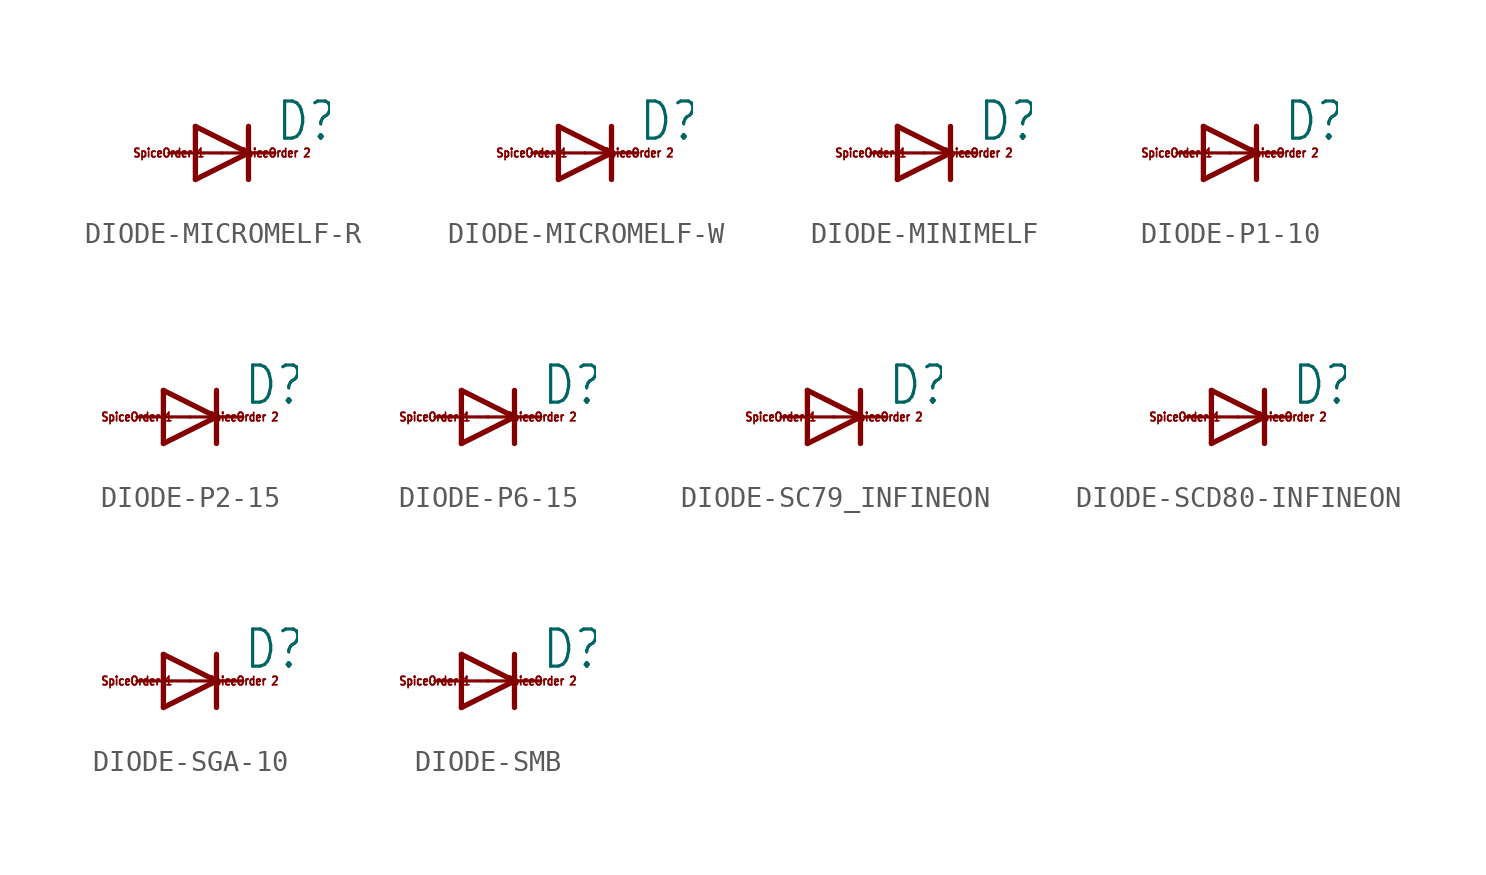
<source format=kicad_sym>
(kicad_symbol_lib
  (version 20241209)
  (generator "kicad_symbol_editor")
  (generator_version "9.0")
  (symbol "DIODE-MICROMELF-R"
    (property "Reference" "D"
      (at 2.54 0.483 0)
      (effects (font (size 1.778 1.511)) (justify left bottom)))
    (property "Value" ""
      (at 2.54 -2.311 0)
      (effects (font (size 1.778 1.511)) (justify left bottom)))
    (property "ki_locked" ""
      (at 0 0 0)
      (effects (font (size 1.27 1.27))))
    (symbol "DIODE-MICROMELF-R_1_0"
      (polyline (pts (xy -1.27 1.27) (xy -1.27 -1.27)) (stroke (width 0.254) (type solid)) (fill (type none)))
      (polyline (pts (xy -1.27 -1.27) (xy 1.27 0)) (stroke (width 0.254) (type solid)) (fill (type none)))
      (polyline (pts (xy 1.27 1.27) (xy 1.27 0)) (stroke (width 0.254) (type solid)) (fill (type none)))
      (polyline (pts (xy 1.27 0) (xy -1.27 1.27)) (stroke (width 0.254) (type solid)) (fill (type none)))
      (polyline (pts (xy 1.27 0) (xy 1.27 -1.27)) (stroke (width 0.254) (type solid)) (fill (type none)))
      (text "SpiceOrder 1" (at -2.54 0 0) (effects (font (size 0.406 0.345))))
      (text "SpiceOrder 2" (at 2.54 0 0) (effects (font (size 0.406 0.345))))
      (pin passive line (at -2.54 0 0) (length 2.54) (name "A" (effects (font (size 0 0)))) (number "A" (effects (font (size 0 0)))))
      (pin passive line (at 2.54 0 180) (length 2.54) (name "C" (effects (font (size 0 0)))) (number "C" (effects (font (size 0 0)))))))
  (symbol "DIODE-MICROMELF-W"
    (property "Reference" "D"
      (at 2.54 0.483 0)
      (effects (font (size 1.778 1.511)) (justify left bottom)))
    (property "Value" ""
      (at 2.54 -2.311 0)
      (effects (font (size 1.778 1.511)) (justify left bottom)))
    (property "ki_locked" ""
      (at 0 0 0)
      (effects (font (size 1.27 1.27))))
    (symbol "DIODE-MICROMELF-W_1_0"
      (polyline (pts (xy -1.27 1.27) (xy -1.27 -1.27)) (stroke (width 0.254) (type solid)) (fill (type none)))
      (polyline (pts (xy -1.27 -1.27) (xy 1.27 0)) (stroke (width 0.254) (type solid)) (fill (type none)))
      (polyline (pts (xy 1.27 1.27) (xy 1.27 0)) (stroke (width 0.254) (type solid)) (fill (type none)))
      (polyline (pts (xy 1.27 0) (xy -1.27 1.27)) (stroke (width 0.254) (type solid)) (fill (type none)))
      (polyline (pts (xy 1.27 0) (xy 1.27 -1.27)) (stroke (width 0.254) (type solid)) (fill (type none)))
      (text "SpiceOrder 1" (at -2.54 0 0) (effects (font (size 0.406 0.345))))
      (text "SpiceOrder 2" (at 2.54 0 0) (effects (font (size 0.406 0.345))))
      (pin passive line (at -2.54 0 0) (length 2.54) (name "A" (effects (font (size 0 0)))) (number "A" (effects (font (size 0 0)))))
      (pin passive line (at 2.54 0 180) (length 2.54) (name "C" (effects (font (size 0 0)))) (number "C" (effects (font (size 0 0)))))))
  (symbol "DIODE-MINIMELF"
    (property "Reference" "D"
      (at 2.54 0.483 0)
      (effects (font (size 1.778 1.511)) (justify left bottom)))
    (property "Value" ""
      (at 2.54 -2.311 0)
      (effects (font (size 1.778 1.511)) (justify left bottom)))
    (property "ki_locked" ""
      (at 0 0 0)
      (effects (font (size 1.27 1.27))))
    (symbol "DIODE-MINIMELF_1_0"
      (polyline (pts (xy -1.27 1.27) (xy -1.27 -1.27)) (stroke (width 0.254) (type solid)) (fill (type none)))
      (polyline (pts (xy -1.27 -1.27) (xy 1.27 0)) (stroke (width 0.254) (type solid)) (fill (type none)))
      (polyline (pts (xy 1.27 1.27) (xy 1.27 0)) (stroke (width 0.254) (type solid)) (fill (type none)))
      (polyline (pts (xy 1.27 0) (xy -1.27 1.27)) (stroke (width 0.254) (type solid)) (fill (type none)))
      (polyline (pts (xy 1.27 0) (xy 1.27 -1.27)) (stroke (width 0.254) (type solid)) (fill (type none)))
      (text "SpiceOrder 1" (at -2.54 0 0) (effects (font (size 0.406 0.345))))
      (text "SpiceOrder 2" (at 2.54 0 0) (effects (font (size 0.406 0.345))))
      (pin passive line (at -2.54 0 0) (length 2.54) (name "A" (effects (font (size 0 0)))) (number "A" (effects (font (size 0 0)))))
      (pin passive line (at 2.54 0 180) (length 2.54) (name "C" (effects (font (size 0 0)))) (number "C" (effects (font (size 0 0)))))))
  (symbol "DIODE-P1-10"
    (property "Reference" "D"
      (at 2.54 0.483 0)
      (effects (font (size 1.778 1.511)) (justify left bottom)))
    (property "Value" ""
      (at 2.54 -2.311 0)
      (effects (font (size 1.778 1.511)) (justify left bottom)))
    (property "ki_locked" ""
      (at 0 0 0)
      (effects (font (size 1.27 1.27))))
    (symbol "DIODE-P1-10_1_0"
      (polyline (pts (xy -1.27 1.27) (xy -1.27 -1.27)) (stroke (width 0.254) (type solid)) (fill (type none)))
      (polyline (pts (xy -1.27 -1.27) (xy 1.27 0)) (stroke (width 0.254) (type solid)) (fill (type none)))
      (polyline (pts (xy 1.27 1.27) (xy 1.27 0)) (stroke (width 0.254) (type solid)) (fill (type none)))
      (polyline (pts (xy 1.27 0) (xy -1.27 1.27)) (stroke (width 0.254) (type solid)) (fill (type none)))
      (polyline (pts (xy 1.27 0) (xy 1.27 -1.27)) (stroke (width 0.254) (type solid)) (fill (type none)))
      (text "SpiceOrder 1" (at -2.54 0 0) (effects (font (size 0.406 0.345))))
      (text "SpiceOrder 2" (at 2.54 0 0) (effects (font (size 0.406 0.345))))
      (pin passive line (at -2.54 0 0) (length 2.54) (name "A" (effects (font (size 0 0)))) (number "A" (effects (font (size 0 0)))))
      (pin passive line (at 2.54 0 180) (length 2.54) (name "C" (effects (font (size 0 0)))) (number "C" (effects (font (size 0 0)))))))
  (symbol "DIODE-P2-15"
    (property "Reference" "D"
      (at 2.54 0.483 0)
      (effects (font (size 1.778 1.511)) (justify left bottom)))
    (property "Value" ""
      (at 2.54 -2.311 0)
      (effects (font (size 1.778 1.511)) (justify left bottom)))
    (property "ki_locked" ""
      (at 0 0 0)
      (effects (font (size 1.27 1.27))))
    (symbol "DIODE-P2-15_1_0"
      (polyline (pts (xy -1.27 1.27) (xy -1.27 -1.27)) (stroke (width 0.254) (type solid)) (fill (type none)))
      (polyline (pts (xy -1.27 -1.27) (xy 1.27 0)) (stroke (width 0.254) (type solid)) (fill (type none)))
      (polyline (pts (xy 1.27 1.27) (xy 1.27 0)) (stroke (width 0.254) (type solid)) (fill (type none)))
      (polyline (pts (xy 1.27 0) (xy -1.27 1.27)) (stroke (width 0.254) (type solid)) (fill (type none)))
      (polyline (pts (xy 1.27 0) (xy 1.27 -1.27)) (stroke (width 0.254) (type solid)) (fill (type none)))
      (text "SpiceOrder 1" (at -2.54 0 0) (effects (font (size 0.406 0.345))))
      (text "SpiceOrder 2" (at 2.54 0 0) (effects (font (size 0.406 0.345))))
      (pin passive line (at -2.54 0 0) (length 2.54) (name "A" (effects (font (size 0 0)))) (number "A" (effects (font (size 0 0)))))
      (pin passive line (at 2.54 0 180) (length 2.54) (name "C" (effects (font (size 0 0)))) (number "C" (effects (font (size 0 0)))))))
  (symbol "DIODE-P6-15"
    (property "Reference" "D"
      (at 2.54 0.483 0)
      (effects (font (size 1.778 1.511)) (justify left bottom)))
    (property "Value" ""
      (at 2.54 -2.311 0)
      (effects (font (size 1.778 1.511)) (justify left bottom)))
    (property "ki_locked" ""
      (at 0 0 0)
      (effects (font (size 1.27 1.27))))
    (symbol "DIODE-P6-15_1_0"
      (polyline (pts (xy -1.27 1.27) (xy -1.27 -1.27)) (stroke (width 0.254) (type solid)) (fill (type none)))
      (polyline (pts (xy -1.27 -1.27) (xy 1.27 0)) (stroke (width 0.254) (type solid)) (fill (type none)))
      (polyline (pts (xy 1.27 1.27) (xy 1.27 0)) (stroke (width 0.254) (type solid)) (fill (type none)))
      (polyline (pts (xy 1.27 0) (xy -1.27 1.27)) (stroke (width 0.254) (type solid)) (fill (type none)))
      (polyline (pts (xy 1.27 0) (xy 1.27 -1.27)) (stroke (width 0.254) (type solid)) (fill (type none)))
      (text "SpiceOrder 1" (at -2.54 0 0) (effects (font (size 0.406 0.345))))
      (text "SpiceOrder 2" (at 2.54 0 0) (effects (font (size 0.406 0.345))))
      (pin passive line (at -2.54 0 0) (length 2.54) (name "A" (effects (font (size 0 0)))) (number "A" (effects (font (size 0 0)))))
      (pin passive line (at 2.54 0 180) (length 2.54) (name "C" (effects (font (size 0 0)))) (number "C" (effects (font (size 0 0)))))))
  (symbol "DIODE-SC79_INFINEON"
    (property "Reference" "D"
      (at 2.54 0.483 0)
      (effects (font (size 1.778 1.511)) (justify left bottom)))
    (property "Value" ""
      (at 2.54 -2.311 0)
      (effects (font (size 1.778 1.511)) (justify left bottom)))
    (property "ki_locked" ""
      (at 0 0 0)
      (effects (font (size 1.27 1.27))))
    (symbol "DIODE-SC79_INFINEON_1_0"
      (polyline (pts (xy -1.27 1.27) (xy -1.27 -1.27)) (stroke (width 0.254) (type solid)) (fill (type none)))
      (polyline (pts (xy -1.27 -1.27) (xy 1.27 0)) (stroke (width 0.254) (type solid)) (fill (type none)))
      (polyline (pts (xy 1.27 1.27) (xy 1.27 0)) (stroke (width 0.254) (type solid)) (fill (type none)))
      (polyline (pts (xy 1.27 0) (xy -1.27 1.27)) (stroke (width 0.254) (type solid)) (fill (type none)))
      (polyline (pts (xy 1.27 0) (xy 1.27 -1.27)) (stroke (width 0.254) (type solid)) (fill (type none)))
      (text "SpiceOrder 1" (at -2.54 0 0) (effects (font (size 0.406 0.345))))
      (text "SpiceOrder 2" (at 2.54 0 0) (effects (font (size 0.406 0.345))))
      (pin passive line (at -2.54 0 0) (length 2.54) (name "A" (effects (font (size 0 0)))) (number "A" (effects (font (size 0 0)))))
      (pin passive line (at 2.54 0 180) (length 2.54) (name "C" (effects (font (size 0 0)))) (number "C" (effects (font (size 0 0)))))))
  (symbol "DIODE-SCD80-INFINEON"
    (property "Reference" "D"
      (at 2.54 0.483 0)
      (effects (font (size 1.778 1.511)) (justify left bottom)))
    (property "Value" ""
      (at 2.54 -2.311 0)
      (effects (font (size 1.778 1.511)) (justify left bottom)))
    (property "ki_locked" ""
      (at 0 0 0)
      (effects (font (size 1.27 1.27))))
    (symbol "DIODE-SCD80-INFINEON_1_0"
      (polyline (pts (xy -1.27 1.27) (xy -1.27 -1.27)) (stroke (width 0.254) (type solid)) (fill (type none)))
      (polyline (pts (xy -1.27 -1.27) (xy 1.27 0)) (stroke (width 0.254) (type solid)) (fill (type none)))
      (polyline (pts (xy 1.27 1.27) (xy 1.27 0)) (stroke (width 0.254) (type solid)) (fill (type none)))
      (polyline (pts (xy 1.27 0) (xy -1.27 1.27)) (stroke (width 0.254) (type solid)) (fill (type none)))
      (polyline (pts (xy 1.27 0) (xy 1.27 -1.27)) (stroke (width 0.254) (type solid)) (fill (type none)))
      (text "SpiceOrder 1" (at -2.54 0 0) (effects (font (size 0.406 0.345))))
      (text "SpiceOrder 2" (at 2.54 0 0) (effects (font (size 0.406 0.345))))
      (pin passive line (at -2.54 0 0) (length 2.54) (name "A" (effects (font (size 0 0)))) (number "A" (effects (font (size 0 0)))))
      (pin passive line (at 2.54 0 180) (length 2.54) (name "C" (effects (font (size 0 0)))) (number "C" (effects (font (size 0 0)))))))
  (symbol "DIODE-SGA-10"
    (property "Reference" "D"
      (at 2.54 0.483 0)
      (effects (font (size 1.778 1.511)) (justify left bottom)))
    (property "Value" ""
      (at 2.54 -2.311 0)
      (effects (font (size 1.778 1.511)) (justify left bottom)))
    (property "ki_locked" ""
      (at 0 0 0)
      (effects (font (size 1.27 1.27))))
    (symbol "DIODE-SGA-10_1_0"
      (polyline (pts (xy -1.27 1.27) (xy -1.27 -1.27)) (stroke (width 0.254) (type solid)) (fill (type none)))
      (polyline (pts (xy -1.27 -1.27) (xy 1.27 0)) (stroke (width 0.254) (type solid)) (fill (type none)))
      (polyline (pts (xy 1.27 1.27) (xy 1.27 0)) (stroke (width 0.254) (type solid)) (fill (type none)))
      (polyline (pts (xy 1.27 0) (xy -1.27 1.27)) (stroke (width 0.254) (type solid)) (fill (type none)))
      (polyline (pts (xy 1.27 0) (xy 1.27 -1.27)) (stroke (width 0.254) (type solid)) (fill (type none)))
      (text "SpiceOrder 1" (at -2.54 0 0) (effects (font (size 0.406 0.345))))
      (text "SpiceOrder 2" (at 2.54 0 0) (effects (font (size 0.406 0.345))))
      (pin passive line (at -2.54 0 0) (length 2.54) (name "A" (effects (font (size 0 0)))) (number "A" (effects (font (size 0 0)))))
      (pin passive line (at 2.54 0 180) (length 2.54) (name "C" (effects (font (size 0 0)))) (number "C" (effects (font (size 0 0)))))))
  (symbol "DIODE-SMB"
    (property "Reference" "D"
      (at 2.54 0.483 0)
      (effects (font (size 1.778 1.511)) (justify left bottom)))
    (property "Value" ""
      (at 2.54 -2.311 0)
      (effects (font (size 1.778 1.511)) (justify left bottom)))
    (property "ki_locked" ""
      (at 0 0 0)
      (effects (font (size 1.27 1.27))))
    (symbol "DIODE-SMB_1_0"
      (polyline (pts (xy -1.27 1.27) (xy -1.27 -1.27)) (stroke (width 0.254) (type solid)) (fill (type none)))
      (polyline (pts (xy -1.27 -1.27) (xy 1.27 0)) (stroke (width 0.254) (type solid)) (fill (type none)))
      (polyline (pts (xy 1.27 1.27) (xy 1.27 0)) (stroke (width 0.254) (type solid)) (fill (type none)))
      (polyline (pts (xy 1.27 0) (xy -1.27 1.27)) (stroke (width 0.254) (type solid)) (fill (type none)))
      (polyline (pts (xy 1.27 0) (xy 1.27 -1.27)) (stroke (width 0.254) (type solid)) (fill (type none)))
      (text "SpiceOrder 1" (at -2.54 0 0) (effects (font (size 0.406 0.345))))
      (text "SpiceOrder 2" (at 2.54 0 0) (effects (font (size 0.406 0.345))))
      (pin passive line (at -2.54 0 0) (length 2.54) (name "A" (effects (font (size 0 0)))) (number "A" (effects (font (size 0 0)))))
      (pin passive line (at 2.54 0 180) (length 2.54) (name "C" (effects (font (size 0 0)))) (number "C" (effects (font (size 0 0))))))))
</source>
